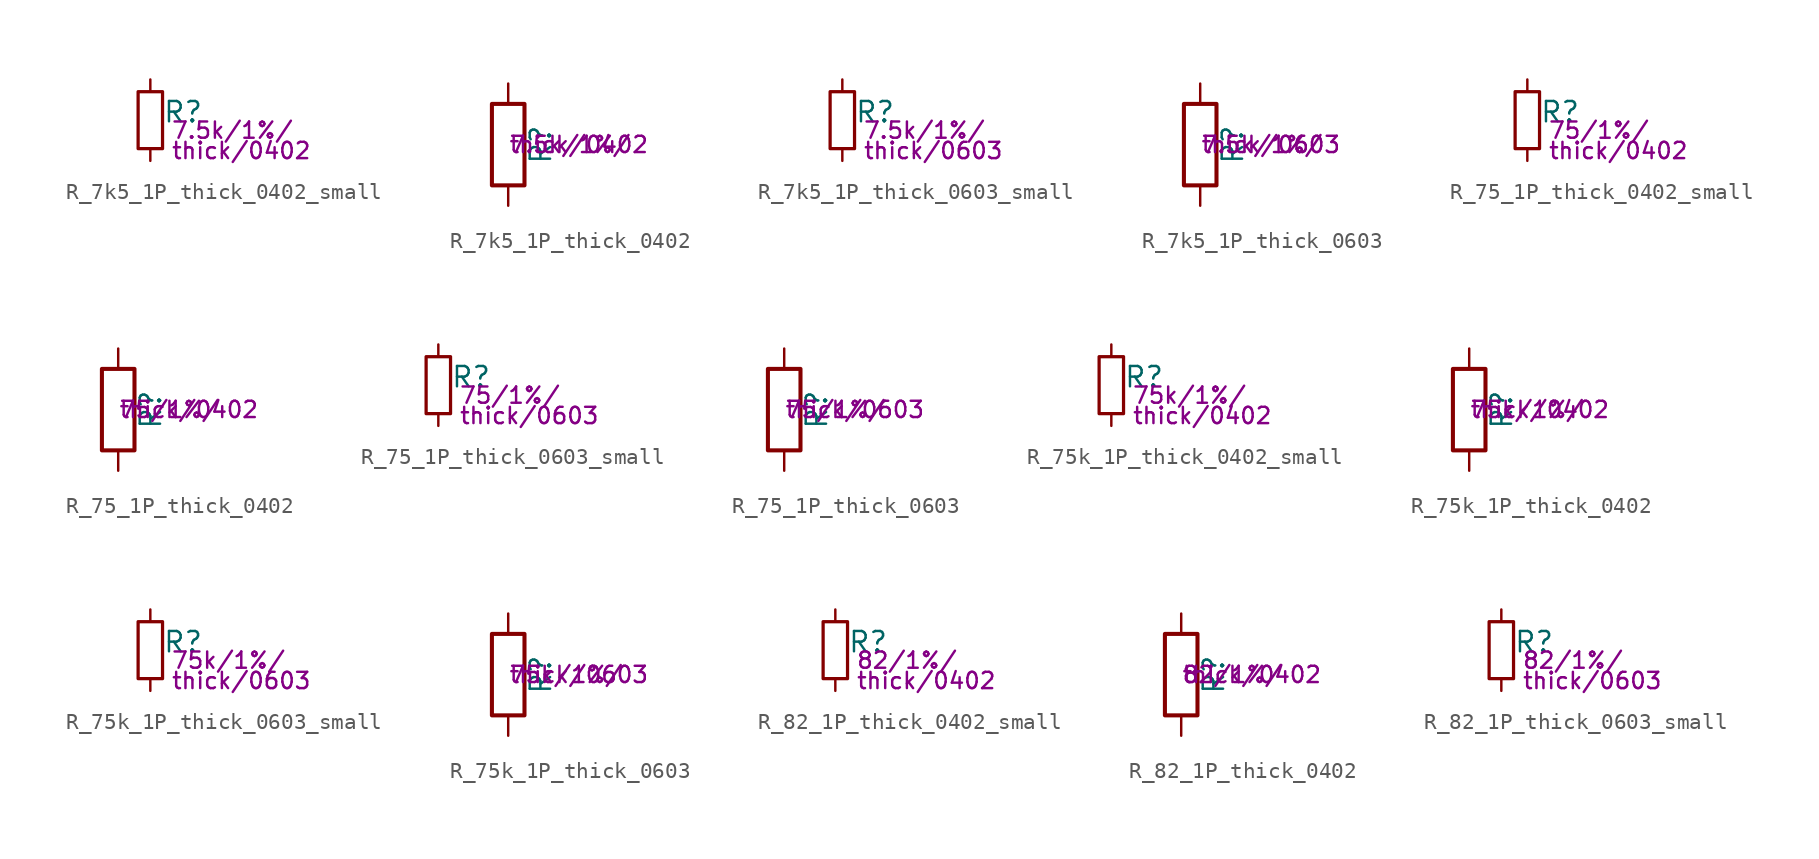
<source format=kicad_sym>
(kicad_symbol_lib
  (version 20211014)
  (generator kicad_symbol_editor)
  (symbol "R_7k5_1P_thick_0402_small"
    (pin_numbers hide)
    (pin_names
      (offset 0.254) hide)
    (property "Reference" "R"
      (at 0.762 0.508 0)
      (effects (font (size 1.27 1.27)) (justify left)))
    (property "Params" "7.5k/1%/"
      (at 1.27 -0.635 0)
      (effects (font (size 1.016 1.016)) (justify left)))
    (property "Params2" "thick/0402"
      (at 1.27 -1.905 0)
      (effects (font (size 1.016 1.016)) (justify left)))
    (symbol "R_7k5_1P_thick_0402_small_0_1"
      (rectangle (start -0.762 1.778) (end 0.762 -1.778) (stroke (width 0.203) (type default) (color 0 0 0 0)) (fill (type none))))
    (symbol "R_7k5_1P_thick_0402_small_1_1"
      (pin passive line (at 0 2.54 270) (length 0.762) (name "~" (effects (font (size 1.27 1.27)))) (number "1" (effects (font (size 1.27 1.27)))))
      (pin passive line (at 0 -2.54 90) (length 0.762) (name "~" (effects (font (size 1.27 1.27)))) (number "2" (effects (font (size 1.27 1.27)))))))
  (symbol "R_7k5_1P_thick_0402"
    (pin_numbers hide)
    (pin_names
      (offset 0))
    (property "Reference" "R"
      (at 2.032 0 90)
      (effects (font (size 1.27 1.27))))
    (property "Params" "7.5k/1%/"
      (at 0 0 0)
      (effects (font (size 1.016 1.016)) (justify left)))
    (property "Params2" "thick/0402"
      (at 0 0 0)
      (effects (font (size 1.016 1.016)) (justify left)))
    (symbol "R_7k5_1P_thick_0402_0_1"
      (rectangle (start -1.016 -2.54) (end 1.016 2.54) (stroke (width 0.254) (type default) (color 0 0 0 0)) (fill (type none))))
    (symbol "R_7k5_1P_thick_0402_1_1"
      (pin passive line (at 0 3.81 270) (length 1.27) (name "~" (effects (font (size 1.27 1.27)))) (number "1" (effects (font (size 1.27 1.27)))))
      (pin passive line (at 0 -3.81 90) (length 1.27) (name "~" (effects (font (size 1.27 1.27)))) (number "2" (effects (font (size 1.27 1.27)))))))
  (symbol "R_7k5_1P_thick_0603_small"
    (pin_numbers hide)
    (pin_names
      (offset 0.254) hide)
    (property "Reference" "R"
      (at 0.762 0.508 0)
      (effects (font (size 1.27 1.27)) (justify left)))
    (property "Params" "7.5k/1%/"
      (at 1.27 -0.635 0)
      (effects (font (size 1.016 1.016)) (justify left)))
    (property "Params2" "thick/0603"
      (at 1.27 -1.905 0)
      (effects (font (size 1.016 1.016)) (justify left)))
    (symbol "R_7k5_1P_thick_0603_small_0_1"
      (rectangle (start -0.762 1.778) (end 0.762 -1.778) (stroke (width 0.203) (type default) (color 0 0 0 0)) (fill (type none))))
    (symbol "R_7k5_1P_thick_0603_small_1_1"
      (pin passive line (at 0 2.54 270) (length 0.762) (name "~" (effects (font (size 1.27 1.27)))) (number "1" (effects (font (size 1.27 1.27)))))
      (pin passive line (at 0 -2.54 90) (length 0.762) (name "~" (effects (font (size 1.27 1.27)))) (number "2" (effects (font (size 1.27 1.27)))))))
  (symbol "R_7k5_1P_thick_0603"
    (pin_numbers hide)
    (pin_names
      (offset 0))
    (property "Reference" "R"
      (at 2.032 0 90)
      (effects (font (size 1.27 1.27))))
    (property "Params" "7.5k/1%/"
      (at 0 0 0)
      (effects (font (size 1.016 1.016)) (justify left)))
    (property "Params2" "thick/0603"
      (at 0 0 0)
      (effects (font (size 1.016 1.016)) (justify left)))
    (symbol "R_7k5_1P_thick_0603_0_1"
      (rectangle (start -1.016 -2.54) (end 1.016 2.54) (stroke (width 0.254) (type default) (color 0 0 0 0)) (fill (type none))))
    (symbol "R_7k5_1P_thick_0603_1_1"
      (pin passive line (at 0 3.81 270) (length 1.27) (name "~" (effects (font (size 1.27 1.27)))) (number "1" (effects (font (size 1.27 1.27)))))
      (pin passive line (at 0 -3.81 90) (length 1.27) (name "~" (effects (font (size 1.27 1.27)))) (number "2" (effects (font (size 1.27 1.27)))))))
  (symbol "R_75_1P_thick_0402_small"
    (pin_numbers hide)
    (pin_names
      (offset 0.254) hide)
    (property "Reference" "R"
      (at 0.762 0.508 0)
      (effects (font (size 1.27 1.27)) (justify left)))
    (property "Params" "75/1%/"
      (at 1.27 -0.635 0)
      (effects (font (size 1.016 1.016)) (justify left)))
    (property "Params2" "thick/0402"
      (at 1.27 -1.905 0)
      (effects (font (size 1.016 1.016)) (justify left)))
    (symbol "R_75_1P_thick_0402_small_0_1"
      (rectangle (start -0.762 1.778) (end 0.762 -1.778) (stroke (width 0.203) (type default) (color 0 0 0 0)) (fill (type none))))
    (symbol "R_75_1P_thick_0402_small_1_1"
      (pin passive line (at 0 2.54 270) (length 0.762) (name "~" (effects (font (size 1.27 1.27)))) (number "1" (effects (font (size 1.27 1.27)))))
      (pin passive line (at 0 -2.54 90) (length 0.762) (name "~" (effects (font (size 1.27 1.27)))) (number "2" (effects (font (size 1.27 1.27)))))))
  (symbol "R_75_1P_thick_0402"
    (pin_numbers hide)
    (pin_names
      (offset 0))
    (property "Reference" "R"
      (at 2.032 0 90)
      (effects (font (size 1.27 1.27))))
    (property "Params" "75/1%/"
      (at 0 0 0)
      (effects (font (size 1.016 1.016)) (justify left)))
    (property "Params2" "thick/0402"
      (at 0 0 0)
      (effects (font (size 1.016 1.016)) (justify left)))
    (symbol "R_75_1P_thick_0402_0_1"
      (rectangle (start -1.016 -2.54) (end 1.016 2.54) (stroke (width 0.254) (type default) (color 0 0 0 0)) (fill (type none))))
    (symbol "R_75_1P_thick_0402_1_1"
      (pin passive line (at 0 3.81 270) (length 1.27) (name "~" (effects (font (size 1.27 1.27)))) (number "1" (effects (font (size 1.27 1.27)))))
      (pin passive line (at 0 -3.81 90) (length 1.27) (name "~" (effects (font (size 1.27 1.27)))) (number "2" (effects (font (size 1.27 1.27)))))))
  (symbol "R_75_1P_thick_0603_small"
    (pin_numbers hide)
    (pin_names
      (offset 0.254) hide)
    (property "Reference" "R"
      (at 0.762 0.508 0)
      (effects (font (size 1.27 1.27)) (justify left)))
    (property "Params" "75/1%/"
      (at 1.27 -0.635 0)
      (effects (font (size 1.016 1.016)) (justify left)))
    (property "Params2" "thick/0603"
      (at 1.27 -1.905 0)
      (effects (font (size 1.016 1.016)) (justify left)))
    (symbol "R_75_1P_thick_0603_small_0_1"
      (rectangle (start -0.762 1.778) (end 0.762 -1.778) (stroke (width 0.203) (type default) (color 0 0 0 0)) (fill (type none))))
    (symbol "R_75_1P_thick_0603_small_1_1"
      (pin passive line (at 0 2.54 270) (length 0.762) (name "~" (effects (font (size 1.27 1.27)))) (number "1" (effects (font (size 1.27 1.27)))))
      (pin passive line (at 0 -2.54 90) (length 0.762) (name "~" (effects (font (size 1.27 1.27)))) (number "2" (effects (font (size 1.27 1.27)))))))
  (symbol "R_75_1P_thick_0603"
    (pin_numbers hide)
    (pin_names
      (offset 0))
    (property "Reference" "R"
      (at 2.032 0 90)
      (effects (font (size 1.27 1.27))))
    (property "Params" "75/1%/"
      (at 0 0 0)
      (effects (font (size 1.016 1.016)) (justify left)))
    (property "Params2" "thick/0603"
      (at 0 0 0)
      (effects (font (size 1.016 1.016)) (justify left)))
    (symbol "R_75_1P_thick_0603_0_1"
      (rectangle (start -1.016 -2.54) (end 1.016 2.54) (stroke (width 0.254) (type default) (color 0 0 0 0)) (fill (type none))))
    (symbol "R_75_1P_thick_0603_1_1"
      (pin passive line (at 0 3.81 270) (length 1.27) (name "~" (effects (font (size 1.27 1.27)))) (number "1" (effects (font (size 1.27 1.27)))))
      (pin passive line (at 0 -3.81 90) (length 1.27) (name "~" (effects (font (size 1.27 1.27)))) (number "2" (effects (font (size 1.27 1.27)))))))
  (symbol "R_75k_1P_thick_0402_small"
    (pin_numbers hide)
    (pin_names
      (offset 0.254) hide)
    (property "Reference" "R"
      (at 0.762 0.508 0)
      (effects (font (size 1.27 1.27)) (justify left)))
    (property "Params" "75k/1%/"
      (at 1.27 -0.635 0)
      (effects (font (size 1.016 1.016)) (justify left)))
    (property "Params2" "thick/0402"
      (at 1.27 -1.905 0)
      (effects (font (size 1.016 1.016)) (justify left)))
    (symbol "R_75k_1P_thick_0402_small_0_1"
      (rectangle (start -0.762 1.778) (end 0.762 -1.778) (stroke (width 0.203) (type default) (color 0 0 0 0)) (fill (type none))))
    (symbol "R_75k_1P_thick_0402_small_1_1"
      (pin passive line (at 0 2.54 270) (length 0.762) (name "~" (effects (font (size 1.27 1.27)))) (number "1" (effects (font (size 1.27 1.27)))))
      (pin passive line (at 0 -2.54 90) (length 0.762) (name "~" (effects (font (size 1.27 1.27)))) (number "2" (effects (font (size 1.27 1.27)))))))
  (symbol "R_75k_1P_thick_0402"
    (pin_numbers hide)
    (pin_names
      (offset 0))
    (property "Reference" "R"
      (at 2.032 0 90)
      (effects (font (size 1.27 1.27))))
    (property "Params" "75k/1%/"
      (at 0 0 0)
      (effects (font (size 1.016 1.016)) (justify left)))
    (property "Params2" "thick/0402"
      (at 0 0 0)
      (effects (font (size 1.016 1.016)) (justify left)))
    (symbol "R_75k_1P_thick_0402_0_1"
      (rectangle (start -1.016 -2.54) (end 1.016 2.54) (stroke (width 0.254) (type default) (color 0 0 0 0)) (fill (type none))))
    (symbol "R_75k_1P_thick_0402_1_1"
      (pin passive line (at 0 3.81 270) (length 1.27) (name "~" (effects (font (size 1.27 1.27)))) (number "1" (effects (font (size 1.27 1.27)))))
      (pin passive line (at 0 -3.81 90) (length 1.27) (name "~" (effects (font (size 1.27 1.27)))) (number "2" (effects (font (size 1.27 1.27)))))))
  (symbol "R_75k_1P_thick_0603_small"
    (pin_numbers hide)
    (pin_names
      (offset 0.254) hide)
    (property "Reference" "R"
      (at 0.762 0.508 0)
      (effects (font (size 1.27 1.27)) (justify left)))
    (property "Params" "75k/1%/"
      (at 1.27 -0.635 0)
      (effects (font (size 1.016 1.016)) (justify left)))
    (property "Params2" "thick/0603"
      (at 1.27 -1.905 0)
      (effects (font (size 1.016 1.016)) (justify left)))
    (symbol "R_75k_1P_thick_0603_small_0_1"
      (rectangle (start -0.762 1.778) (end 0.762 -1.778) (stroke (width 0.203) (type default) (color 0 0 0 0)) (fill (type none))))
    (symbol "R_75k_1P_thick_0603_small_1_1"
      (pin passive line (at 0 2.54 270) (length 0.762) (name "~" (effects (font (size 1.27 1.27)))) (number "1" (effects (font (size 1.27 1.27)))))
      (pin passive line (at 0 -2.54 90) (length 0.762) (name "~" (effects (font (size 1.27 1.27)))) (number "2" (effects (font (size 1.27 1.27)))))))
  (symbol "R_75k_1P_thick_0603"
    (pin_numbers hide)
    (pin_names
      (offset 0))
    (property "Reference" "R"
      (at 2.032 0 90)
      (effects (font (size 1.27 1.27))))
    (property "Params" "75k/1%/"
      (at 0 0 0)
      (effects (font (size 1.016 1.016)) (justify left)))
    (property "Params2" "thick/0603"
      (at 0 0 0)
      (effects (font (size 1.016 1.016)) (justify left)))
    (symbol "R_75k_1P_thick_0603_0_1"
      (rectangle (start -1.016 -2.54) (end 1.016 2.54) (stroke (width 0.254) (type default) (color 0 0 0 0)) (fill (type none))))
    (symbol "R_75k_1P_thick_0603_1_1"
      (pin passive line (at 0 3.81 270) (length 1.27) (name "~" (effects (font (size 1.27 1.27)))) (number "1" (effects (font (size 1.27 1.27)))))
      (pin passive line (at 0 -3.81 90) (length 1.27) (name "~" (effects (font (size 1.27 1.27)))) (number "2" (effects (font (size 1.27 1.27)))))))
  (symbol "R_82_1P_thick_0402_small"
    (pin_numbers hide)
    (pin_names
      (offset 0.254) hide)
    (property "Reference" "R"
      (at 0.762 0.508 0)
      (effects (font (size 1.27 1.27)) (justify left)))
    (property "Params" "82/1%/"
      (at 1.27 -0.635 0)
      (effects (font (size 1.016 1.016)) (justify left)))
    (property "Params2" "thick/0402"
      (at 1.27 -1.905 0)
      (effects (font (size 1.016 1.016)) (justify left)))
    (symbol "R_82_1P_thick_0402_small_0_1"
      (rectangle (start -0.762 1.778) (end 0.762 -1.778) (stroke (width 0.203) (type default) (color 0 0 0 0)) (fill (type none))))
    (symbol "R_82_1P_thick_0402_small_1_1"
      (pin passive line (at 0 2.54 270) (length 0.762) (name "~" (effects (font (size 1.27 1.27)))) (number "1" (effects (font (size 1.27 1.27)))))
      (pin passive line (at 0 -2.54 90) (length 0.762) (name "~" (effects (font (size 1.27 1.27)))) (number "2" (effects (font (size 1.27 1.27)))))))
  (symbol "R_82_1P_thick_0402"
    (pin_numbers hide)
    (pin_names
      (offset 0))
    (property "Reference" "R"
      (at 2.032 0 90)
      (effects (font (size 1.27 1.27))))
    (property "Params" "82/1%/"
      (at 0 0 0)
      (effects (font (size 1.016 1.016)) (justify left)))
    (property "Params2" "thick/0402"
      (at 0 0 0)
      (effects (font (size 1.016 1.016)) (justify left)))
    (symbol "R_82_1P_thick_0402_0_1"
      (rectangle (start -1.016 -2.54) (end 1.016 2.54) (stroke (width 0.254) (type default) (color 0 0 0 0)) (fill (type none))))
    (symbol "R_82_1P_thick_0402_1_1"
      (pin passive line (at 0 3.81 270) (length 1.27) (name "~" (effects (font (size 1.27 1.27)))) (number "1" (effects (font (size 1.27 1.27)))))
      (pin passive line (at 0 -3.81 90) (length 1.27) (name "~" (effects (font (size 1.27 1.27)))) (number "2" (effects (font (size 1.27 1.27)))))))
  (symbol "R_82_1P_thick_0603_small"
    (pin_numbers hide)
    (pin_names
      (offset 0.254) hide)
    (property "Reference" "R"
      (at 0.762 0.508 0)
      (effects (font (size 1.27 1.27)) (justify left)))
    (property "Params" "82/1%/"
      (at 1.27 -0.635 0)
      (effects (font (size 1.016 1.016)) (justify left)))
    (property "Params2" "thick/0603"
      (at 1.27 -1.905 0)
      (effects (font (size 1.016 1.016)) (justify left)))
    (symbol "R_82_1P_thick_0603_small_0_1"
      (rectangle (start -0.762 1.778) (end 0.762 -1.778) (stroke (width 0.203) (type default) (color 0 0 0 0)) (fill (type none))))
    (symbol "R_82_1P_thick_0603_small_1_1"
      (pin passive line (at 0 2.54 270) (length 0.762) (name "~" (effects (font (size 1.27 1.27)))) (number "1" (effects (font (size 1.27 1.27)))))
      (pin passive line (at 0 -2.54 90) (length 0.762) (name "~" (effects (font (size 1.27 1.27)))) (number "2" (effects (font (size 1.27 1.27))))))))
</source>
